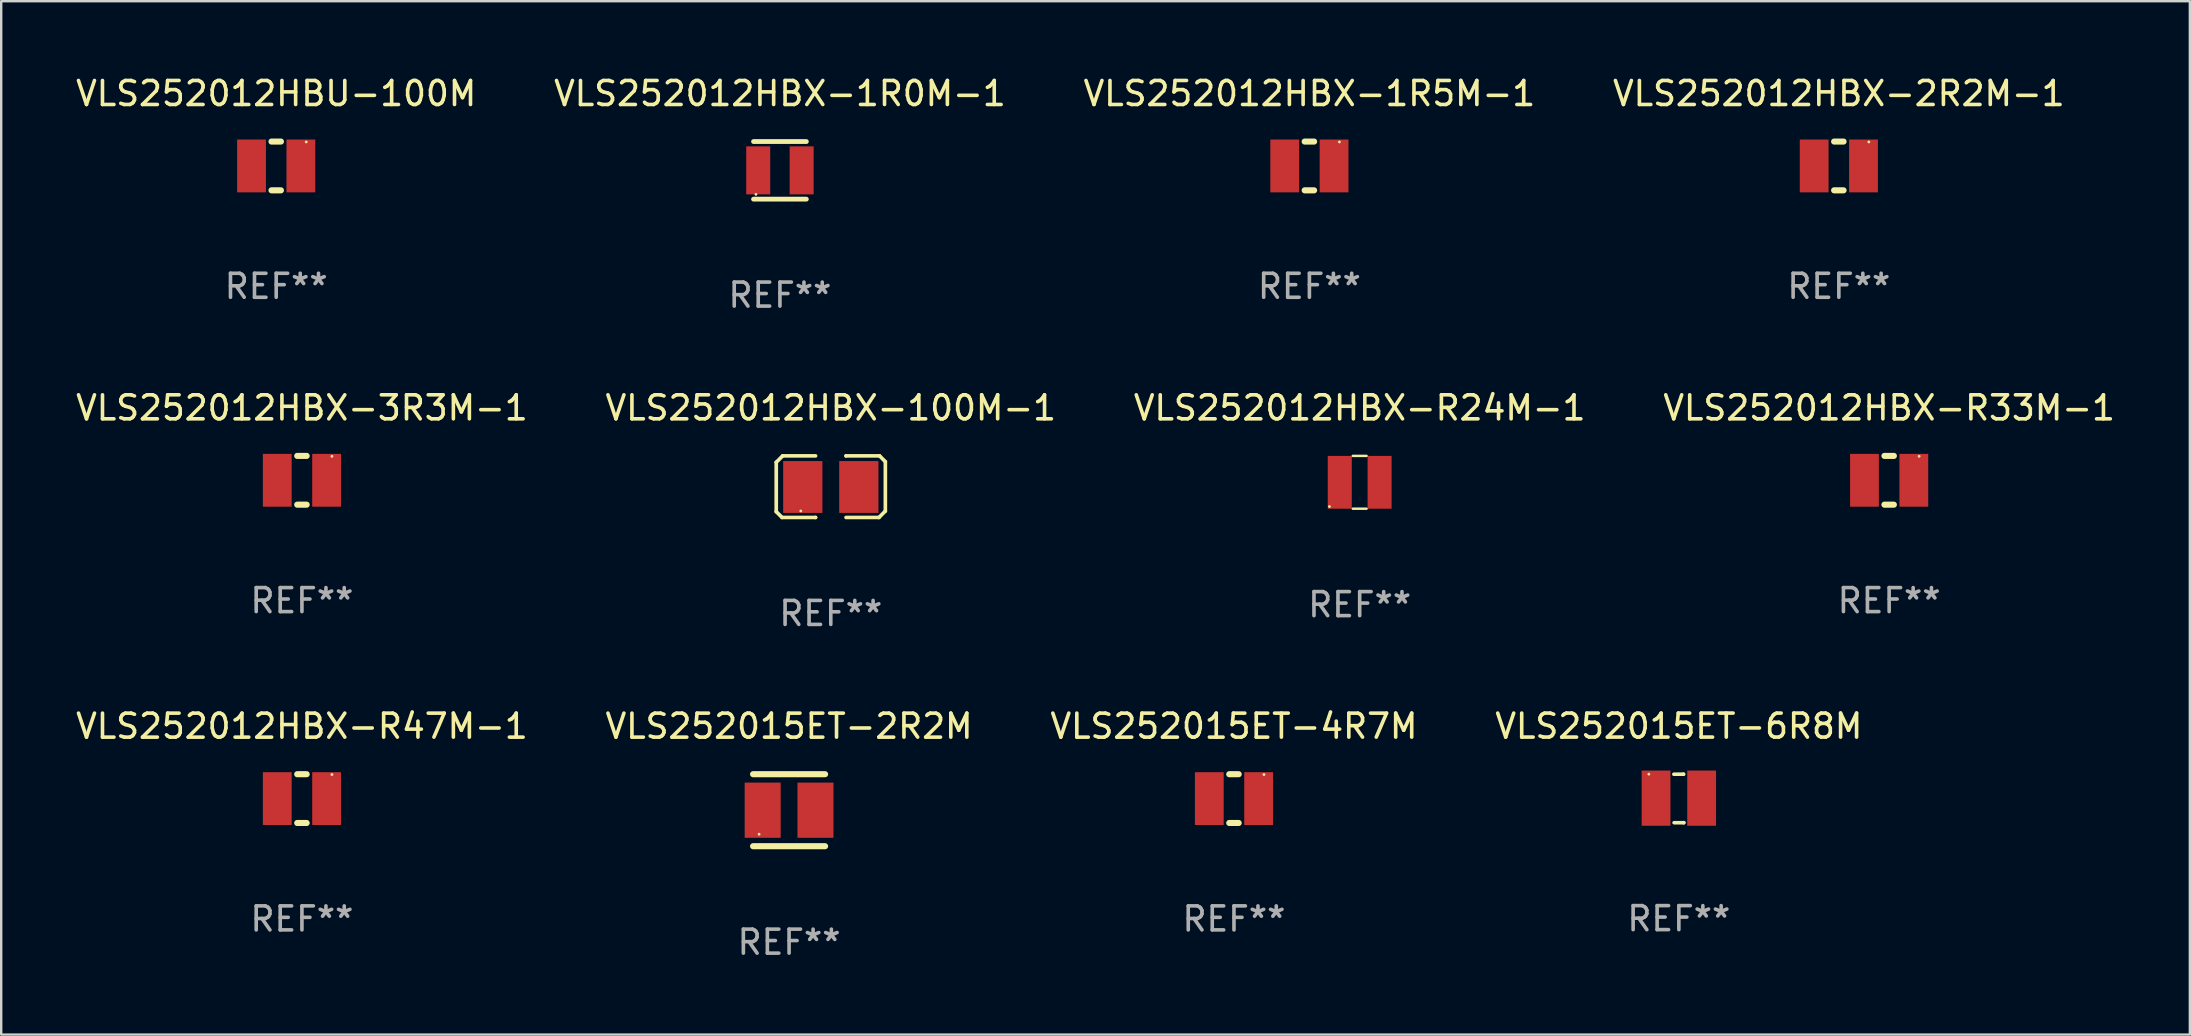
<source format=kicad_pcb>
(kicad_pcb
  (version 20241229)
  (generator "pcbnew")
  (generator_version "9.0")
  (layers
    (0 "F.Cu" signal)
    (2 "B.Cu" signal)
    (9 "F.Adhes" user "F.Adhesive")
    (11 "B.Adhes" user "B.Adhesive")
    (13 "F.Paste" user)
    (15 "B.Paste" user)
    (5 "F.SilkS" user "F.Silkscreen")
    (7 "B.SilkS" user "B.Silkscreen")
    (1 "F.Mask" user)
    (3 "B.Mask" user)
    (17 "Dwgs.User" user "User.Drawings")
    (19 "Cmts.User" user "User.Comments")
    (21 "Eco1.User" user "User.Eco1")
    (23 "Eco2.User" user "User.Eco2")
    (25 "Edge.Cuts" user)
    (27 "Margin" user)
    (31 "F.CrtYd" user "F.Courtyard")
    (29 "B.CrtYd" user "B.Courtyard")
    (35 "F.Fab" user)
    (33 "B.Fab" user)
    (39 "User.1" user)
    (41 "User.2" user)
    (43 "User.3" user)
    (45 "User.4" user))
  (footprint "VLS252012HBX-3R3M-1"
    (layer "F.Cu")
    (at 9.53 16.961)
    (property "Reference" "VLS252012HBX-3R3M-1" (at 0 -3.016 0) (layer "F.SilkS") (effects (font (size 1 1) (thickness 0.15))))
    (attr through_hole)
    (fp_line (start -0.197 1.016) (end 0.197 1.016) (stroke (width 0.254) (type solid)) (layer "F.SilkS"))
    (fp_line (start 0.197 -1.016) (end -0.197 -1.016) (stroke (width 0.254) (type solid)) (layer "F.SilkS"))
    (fp_circle (center 1.25 -1) (end 1.28 -1) (stroke (width 0.06) (type solid)) (fill no) (layer "F.SilkS"))
    (fp_text user "REF**" (at 0 5.016 0) (layer "F.Fab") (effects (font (size 1 1) (thickness 0.15))))
    (pad "1" smd rect (at 1.028 0) (size 1.2 2.2) (layers "F.Cu" "F.Mask" "F.Paste"))
    (pad "2" smd rect (at -1.028 0) (size 1.2 2.2) (layers "F.Cu" "F.Mask" "F.Paste")))
  (footprint "VLS252012HBX-R47M-1"
    (layer "F.Cu")
    (at 9.53 30.223)
    (property "Reference" "VLS252012HBX-R47M-1" (at 0 -3.016 0) (layer "F.SilkS") (effects (font (size 1 1) (thickness 0.15))))
    (attr through_hole)
    (fp_line (start -0.197 1.016) (end 0.197 1.016) (stroke (width 0.254) (type solid)) (layer "F.SilkS"))
    (fp_line (start 0.197 -1.016) (end -0.197 -1.016) (stroke (width 0.254) (type solid)) (layer "F.SilkS"))
    (fp_circle (center 1.25 -1) (end 1.28 -1) (stroke (width 0.06) (type solid)) (fill no) (layer "F.SilkS"))
    (fp_text user "REF**" (at 0 5.016 0) (layer "F.Fab") (effects (font (size 1 1) (thickness 0.15))))
    (pad "1" smd rect (at 1.028 0) (size 1.2 2.2) (layers "F.Cu" "F.Mask" "F.Paste"))
    (pad "2" smd rect (at -1.028 0) (size 1.2 2.2) (layers "F.Cu" "F.Mask" "F.Paste")))
  (footprint "VLS252015ET-4R7M"
    (layer "F.Cu")
    (at 48.363 30.223)
    (property "Reference" "VLS252015ET-4R7M" (at 0 -3.016 0) (layer "F.SilkS") (effects (font (size 1 1) (thickness 0.15))))
    (attr through_hole)
    (fp_line (start -0.197 1.016) (end 0.197 1.016) (stroke (width 0.254) (type solid)) (layer "F.SilkS"))
    (fp_line (start 0.197 -1.016) (end -0.197 -1.016) (stroke (width 0.254) (type solid)) (layer "F.SilkS"))
    (fp_circle (center 1.25 -1) (end 1.28 -1) (stroke (width 0.06) (type solid)) (fill no) (layer "F.SilkS"))
    (fp_text user "REF**" (at 0 5.016 0) (layer "F.Fab") (effects (font (size 1 1) (thickness 0.15))))
    (pad "1" smd rect (at 1.028 0) (size 1.2 2.2) (layers "F.Cu" "F.Mask" "F.Paste"))
    (pad "2" smd rect (at -1.028 0) (size 1.2 2.2) (layers "F.Cu" "F.Mask" "F.Paste")))
  (footprint "VLS252015ET-6R8M"
    (layer "F.Cu")
    (at 66.899 30.217)
    (property "Reference" "VLS252015ET-6R8M" (at 0 -3.011 0) (layer "F.SilkS") (effects (font (size 1 1) (thickness 0.15))))
    (attr through_hole)
    (fp_line (start -0.208 -1.009) (end 0.195 -1.009) (stroke (width 0.15) (type solid)) (layer "F.SilkS"))
    (fp_line (start -0.198 1.011) (end 0.205 1.011) (stroke (width 0.15) (type solid)) (layer "F.SilkS"))
    (fp_line (start 0.195 -1.009) (end 0.196 -1.011) (stroke (width 0.15) (type solid)) (layer "F.SilkS"))
    (fp_line (start 0.205 1.011) (end 0.207 1.009) (stroke (width 0.15) (type solid)) (layer "F.SilkS"))
    (fp_circle (center -1.25 -1.012) (end -1.22 -1.012) (stroke (width 0.06) (type solid)) (fill no) (layer "F.SilkS"))
    (fp_text user "REF**" (at 0 5.011 0) (layer "F.Fab") (effects (font (size 1 1) (thickness 0.15))))
    (pad "1" smd rect (at -0.95 -0.012) (size 1.2 2.3) (layers "F.Cu" "F.Mask" "F.Paste"))
    (pad "2" smd rect (at 0.95 -0.012) (size 1.2 2.3) (layers "F.Cu" "F.Mask" "F.Paste")))
  (footprint "VLS252012HBX-R24M-1"
    (layer "F.Cu")
    (at 53.601 17.045)
    (property "Reference" "VLS252012HBX-R24M-1" (at 0 -3.1 0) (layer "F.SilkS") (effects (font (size 1 1) (thickness 0.15))))
    (attr through_hole)
    (fp_line (start -0.287 -1.1) (end 0.287 -1.1) (stroke (width 0.102) (type solid)) (layer "F.SilkS"))
    (fp_line (start 0.287 1.1) (end -0.287 1.1) (stroke (width 0.102) (type solid)) (layer "F.SilkS"))
    (fp_circle (center -1.26 1.01) (end -1.23 1.01) (stroke (width 0.06) (type solid)) (fill no) (layer "F.SilkS"))
    (fp_text user "REF**" (at 0 5.1 0) (layer "F.Fab") (effects (font (size 1 1) (thickness 0.15))))
    (pad "1" smd rect (at -0.83 0) (size 1 2.2) (layers "F.Cu" "F.Mask" "F.Paste"))
    (pad "2" smd rect (at 0.83 0) (size 1 2.2) (layers "F.Cu" "F.Mask" "F.Paste")))
  (footprint "VLS252012HBX-1R0M-1"
    (layer "F.Cu")
    (at 29.446 4.048)
    (property "Reference" "VLS252012HBX-1R0M-1" (at 0 -3.2 0) (layer "F.SilkS") (effects (font (size 1 1) (thickness 0.15))))
    (attr through_hole)
    (fp_line (start -1.1 -1.2) (end 1.1 -1.2) (stroke (width 0.2) (type solid)) (layer "F.SilkS"))
    (fp_line (start -1.1 1.2) (end 1.1 1.2) (stroke (width 0.2) (type solid)) (layer "F.SilkS"))
    (fp_circle (center -1 1) (end -0.97 1) (stroke (width 0.06) (type solid)) (fill no) (layer "F.SilkS"))
    (fp_text user "REF**" (at 0 5.2 0) (layer "F.Fab") (effects (font (size 1 1) (thickness 0.15))))
    (pad "1" smd rect (at -0.905 0) (size 1 2) (layers "F.Cu" "F.Mask" "F.Paste"))
    (pad "2" smd rect (at 0.905 0) (size 1 2) (layers "F.Cu" "F.Mask" "F.Paste")))
  (footprint "VLS252015ET-2R2M"
    (layer "F.Cu")
    (at 29.827 30.707)
    (property "Reference" "VLS252015ET-2R2M" (at 0 -3.5 0) (layer "F.SilkS") (effects (font (size 1 1) (thickness 0.15))))
    (attr through_hole)
    (fp_line (start -1.5 -1.5) (end 1.5 -1.5) (stroke (width 0.254) (type solid)) (layer "F.SilkS"))
    (fp_line (start 1.5 1.5) (end -1.5 1.5) (stroke (width 0.254) (type solid)) (layer "F.SilkS"))
    (fp_circle (center -1.25 1) (end -1.22 1) (stroke (width 0.06) (type solid)) (fill no) (layer "F.SilkS"))
    (fp_text user "REF**" (at 0 5.5 0) (layer "F.Fab") (effects (font (size 1 1) (thickness 0.15))))
    (pad "1" smd rect (at -1.1 0 90) (size 2.3 1.5) (layers "F.Cu" "F.Mask" "F.Paste"))
    (pad "2" smd rect (at 1.1 0 90) (size 2.3 1.5) (layers "F.Cu" "F.Mask" "F.Paste")))
  (footprint "VLS252012HBX-2R2M-1"
    (layer "F.Cu")
    (at 73.565 3.864)
    (property "Reference" "VLS252012HBX-2R2M-1" (at 0 -3.016 0) (layer "F.SilkS") (effects (font (size 1 1) (thickness 0.15))))
    (attr through_hole)
    (fp_line (start -0.197 1.016) (end 0.197 1.016) (stroke (width 0.254) (type solid)) (layer "F.SilkS"))
    (fp_line (start 0.197 -1.016) (end -0.197 -1.016) (stroke (width 0.254) (type solid)) (layer "F.SilkS"))
    (fp_circle (center 1.25 -1) (end 1.28 -1) (stroke (width 0.06) (type solid)) (fill no) (layer "F.SilkS"))
    (fp_text user "REF**" (at 0 5.016 0) (layer "F.Fab") (effects (font (size 1 1) (thickness 0.15))))
    (pad "1" smd rect (at 1.028 0) (size 1.2 2.2) (layers "F.Cu" "F.Mask" "F.Paste"))
    (pad "2" smd rect (at -1.028 0) (size 1.2 2.2) (layers "F.Cu" "F.Mask" "F.Paste")))
  (footprint "VLS252012HBX-100M-1"
    (layer "F.Cu")
    (at 31.565 17.227)
    (property "Reference" "VLS252012HBX-100M-1" (at 0 -3.283 0) (layer "F.SilkS") (effects (font (size 1 1) (thickness 0.15))))
    (attr through_hole)
    (fp_line (start -2.273 -1.016) (end -2.007 -1.283) (stroke (width 0.152) (type solid)) (layer "F.SilkS"))
    (fp_line (start -2.273 1.041) (end -2.273 -1.016) (stroke (width 0.152) (type solid)) (layer "F.SilkS"))
    (fp_line (start -2.032 1.283) (end -2.273 1.041) (stroke (width 0.152) (type solid)) (layer "F.SilkS"))
    (fp_line (start -2.007 -1.283) (end -0.635 -1.283) (stroke (width 0.152) (type solid)) (layer "F.SilkS"))
    (fp_line (start -0.635 1.283) (end -2.032 1.283) (stroke (width 0.152) (type solid)) (layer "F.SilkS"))
    (fp_line (start -0.635 1.283) (end -0.635 1.283) (stroke (width 0.152) (type solid)) (layer "F.SilkS"))
    (fp_line (start 0.635 -1.283) (end 0.635 -1.283) (stroke (width 0.152) (type solid)) (layer "F.SilkS"))
    (fp_line (start 0.635 -1.283) (end 2.032 -1.283) (stroke (width 0.152) (type solid)) (layer "F.SilkS"))
    (fp_line (start 2.007 1.283) (end 0.635 1.283) (stroke (width 0.152) (type solid)) (layer "F.SilkS"))
    (fp_line (start 2.032 -1.283) (end 2.273 -1.041) (stroke (width 0.152) (type solid)) (layer "F.SilkS"))
    (fp_line (start 2.273 -1.041) (end 2.273 1.016) (stroke (width 0.152) (type solid)) (layer "F.SilkS"))
    (fp_line (start 2.273 1.016) (end 2.007 1.283) (stroke (width 0.152) (type solid)) (layer "F.SilkS"))
    (fp_circle (center -1.25 1.013) (end -1.22 1.013) (stroke (width 0.06) (type solid)) (fill no) (layer "F.SilkS"))
    (fp_text user "REF**" (at 0 5.283 0) (layer "F.Fab") (effects (font (size 1 1) (thickness 0.15))))
    (pad "1" smd rect (at -1.167 0.013) (size 1.635 2.16) (layers "F.Cu" "F.Mask" "F.Paste"))
    (pad "2" smd rect (at 1.168 0.013) (size 1.635 2.16) (layers "F.Cu" "F.Mask" "F.Paste")))
  (footprint "VLS252012HBX-1R5M-1"
    (layer "F.Cu")
    (at 51.506 3.864)
    (property "Reference" "VLS252012HBX-1R5M-1" (at 0 -3.016 0) (layer "F.SilkS") (effects (font (size 1 1) (thickness 0.15))))
    (attr through_hole)
    (fp_line (start -0.197 1.016) (end 0.197 1.016) (stroke (width 0.254) (type solid)) (layer "F.SilkS"))
    (fp_line (start 0.197 -1.016) (end -0.197 -1.016) (stroke (width 0.254) (type solid)) (layer "F.SilkS"))
    (fp_circle (center 1.25 -1) (end 1.28 -1) (stroke (width 0.06) (type solid)) (fill no) (layer "F.SilkS"))
    (fp_text user "REF**" (at 0 5.016 0) (layer "F.Fab") (effects (font (size 1 1) (thickness 0.15))))
    (pad "1" smd rect (at 1.028 0) (size 1.2 2.2) (layers "F.Cu" "F.Mask" "F.Paste"))
    (pad "2" smd rect (at -1.028 0) (size 1.2 2.2) (layers "F.Cu" "F.Mask" "F.Paste")))
  (footprint "VLS252012HBU-100M"
    (layer "F.Cu")
    (at 8.458 3.864)
    (property "Reference" "VLS252012HBU-100M" (at 0 -3.016 0) (layer "F.SilkS") (effects (font (size 1 1) (thickness 0.15))))
    (attr through_hole)
    (fp_line (start -0.197 1.016) (end 0.197 1.016) (stroke (width 0.254) (type solid)) (layer "F.SilkS"))
    (fp_line (start 0.197 -1.016) (end -0.197 -1.016) (stroke (width 0.254) (type solid)) (layer "F.SilkS"))
    (fp_circle (center 1.25 -1) (end 1.28 -1) (stroke (width 0.06) (type solid)) (fill no) (layer "F.SilkS"))
    (fp_text user "REF**" (at 0 5.016 0) (layer "F.Fab") (effects (font (size 1 1) (thickness 0.15))))
    (pad "1" smd rect (at 1.028 0) (size 1.2 2.2) (layers "F.Cu" "F.Mask" "F.Paste"))
    (pad "2" smd rect (at -1.028 0) (size 1.2 2.2) (layers "F.Cu" "F.Mask" "F.Paste")))
  (footprint "VLS252012HBX-R33M-1"
    (layer "F.Cu")
    (at 75.661 16.961)
    (property "Reference" "VLS252012HBX-R33M-1" (at 0 -3.016 0) (layer "F.SilkS") (effects (font (size 1 1) (thickness 0.15))))
    (attr through_hole)
    (fp_line (start -0.197 1.016) (end 0.197 1.016) (stroke (width 0.254) (type solid)) (layer "F.SilkS"))
    (fp_line (start 0.197 -1.016) (end -0.197 -1.016) (stroke (width 0.254) (type solid)) (layer "F.SilkS"))
    (fp_circle (center 1.25 -1) (end 1.28 -1) (stroke (width 0.06) (type solid)) (fill no) (layer "F.SilkS"))
    (fp_text user "REF**" (at 0 5.016 0) (layer "F.Fab") (effects (font (size 1 1) (thickness 0.15))))
    (pad "1" smd rect (at 1.028 0) (size 1.2 2.2) (layers "F.Cu" "F.Mask" "F.Paste"))
    (pad "2" smd rect (at -1.028 0) (size 1.2 2.2) (layers "F.Cu" "F.Mask" "F.Paste")))
  (gr_rect
    (start -3 -3)
    (end 88.19 40.055)
    (stroke (width 0.1) (type default))
    (fill no)
    (layer "Edge.Cuts")))
</source>
